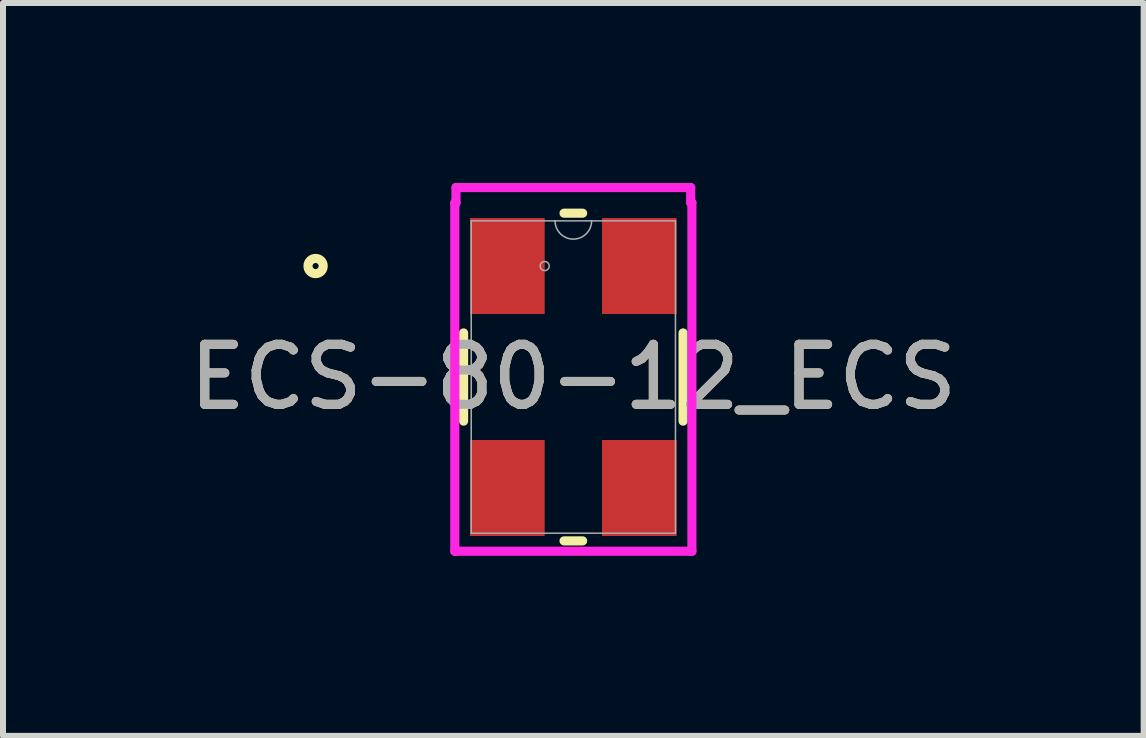
<source format=kicad_pcb>
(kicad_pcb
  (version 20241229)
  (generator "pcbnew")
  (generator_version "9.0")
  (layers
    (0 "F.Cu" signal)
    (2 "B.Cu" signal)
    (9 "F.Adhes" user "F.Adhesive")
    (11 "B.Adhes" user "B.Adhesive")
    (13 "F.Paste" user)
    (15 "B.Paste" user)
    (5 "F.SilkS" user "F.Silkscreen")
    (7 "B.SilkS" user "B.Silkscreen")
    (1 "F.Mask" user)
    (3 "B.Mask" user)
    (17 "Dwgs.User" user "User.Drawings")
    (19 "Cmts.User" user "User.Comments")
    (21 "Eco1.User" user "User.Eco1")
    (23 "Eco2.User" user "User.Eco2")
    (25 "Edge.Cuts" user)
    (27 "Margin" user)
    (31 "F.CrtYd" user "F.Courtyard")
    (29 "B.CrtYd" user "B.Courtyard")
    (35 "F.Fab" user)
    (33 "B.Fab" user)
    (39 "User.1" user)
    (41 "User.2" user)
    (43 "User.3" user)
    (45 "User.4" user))
  (footprint "ECS-80-12_ECS"
    (layer "F.Cu")
    (at 6.506 3.234)
    (property "Reference" "ECS-80-12_ECS" (at 0 0 0) (unlocked yes) (layer "F.SilkS") (effects (font (size 1 1) (thickness 0.15))))
    (attr smd)
    (fp_line (start -1.829 -0.735) (end -1.829 0.735) (stroke (width 0.152) (type solid)) (layer "F.SilkS"))
    (fp_line (start -0.155 2.731) (end 0.155 2.731) (stroke (width 0.152) (type solid)) (layer "F.SilkS"))
    (fp_line (start 0.155 -2.731) (end -0.155 -2.731) (stroke (width 0.152) (type solid)) (layer "F.SilkS"))
    (fp_line (start 1.829 0.735) (end 1.829 -0.735) (stroke (width 0.152) (type solid)) (layer "F.SilkS"))
    (fp_circle (center -4.296 -1.85) (end -4.169 -1.85) (stroke (width 0.152) (type solid)) (fill no) (layer "F.SilkS"))
    (fp_line (start -1.976 -2.904) (end -1.956 -2.904) (stroke (width 0.152) (type solid)) (layer "F.CrtYd"))
    (fp_line (start -1.976 2.904) (end -1.976 -2.904) (stroke (width 0.152) (type solid)) (layer "F.CrtYd"))
    (fp_line (start -1.976 2.904) (end -1.956 2.904) (stroke (width 0.152) (type solid)) (layer "F.CrtYd"))
    (fp_line (start -1.956 -3.158) (end 1.956 -3.158) (stroke (width 0.152) (type solid)) (layer "F.CrtYd"))
    (fp_line (start -1.956 -2.904) (end -1.956 -3.158) (stroke (width 0.152) (type solid)) (layer "F.CrtYd"))
    (fp_line (start -1.956 2.904) (end -1.956 2.904) (stroke (width 0.152) (type solid)) (layer "F.CrtYd"))
    (fp_line (start 1.956 -3.158) (end 1.956 -2.904) (stroke (width 0.152) (type solid)) (layer "F.CrtYd"))
    (fp_line (start 1.956 2.904) (end -1.956 2.904) (stroke (width 0.152) (type solid)) (layer "F.CrtYd"))
    (fp_line (start 1.956 2.904) (end 1.956 2.904) (stroke (width 0.152) (type solid)) (layer "F.CrtYd"))
    (fp_line (start 1.976 -2.904) (end 1.956 -2.904) (stroke (width 0.152) (type solid)) (layer "F.CrtYd"))
    (fp_line (start 1.976 -2.904) (end 1.976 2.904) (stroke (width 0.152) (type solid)) (layer "F.CrtYd"))
    (fp_line (start 1.976 2.904) (end 1.956 2.904) (stroke (width 0.152) (type solid)) (layer "F.CrtYd"))
    (fp_line (start -1.702 -2.603) (end -1.702 2.603) (stroke (width 0.025) (type solid)) (layer "F.Fab"))
    (fp_line (start -1.702 2.603) (end 1.702 2.603) (stroke (width 0.025) (type solid)) (layer "F.Fab"))
    (fp_line (start 1.702 -2.603) (end -1.702 -2.603) (stroke (width 0.025) (type solid)) (layer "F.Fab"))
    (fp_line (start 1.702 2.603) (end 1.702 -2.603) (stroke (width 0.025) (type solid)) (layer "F.Fab"))
    (fp_arc (start 0.3048 -2.6035) (mid 0 -2.2987) (end -0.3048 -2.6035) (stroke (width 0.0254) (type solid)) (layer "F.Fab"))
    (fp_circle (center -0.478 -1.85) (end -0.402 -1.85) (stroke (width 0.025) (type solid)) (fill no) (layer "F.Fab"))
    (fp_text user "${REFERENCE}" (at 0 0 0) (unlocked yes) (layer "F.Fab") (effects (font (size 1 1) (thickness 0.15))))
    (pad "1" smd rect (at -1.1 -1.85) (size 1.245 1.6) (layers "F.Cu" "F.Mask" "F.Paste"))
    (pad "2" smd rect (at -1.1 1.85) (size 1.245 1.6) (layers "F.Cu" "F.Mask" "F.Paste"))
    (pad "3" smd rect (at 1.1 1.85) (size 1.245 1.6) (layers "F.Cu" "F.Mask" "F.Paste"))
    (pad "4" smd rect (at 1.1 -1.85) (size 1.245 1.6) (layers "F.Cu" "F.Mask" "F.Paste")))
  (gr_rect
    (start -3 -3)
    (end 16.012 9.215)
    (stroke (width 0.1) (type default))
    (fill no)
    (layer "Edge.Cuts")))
</source>
